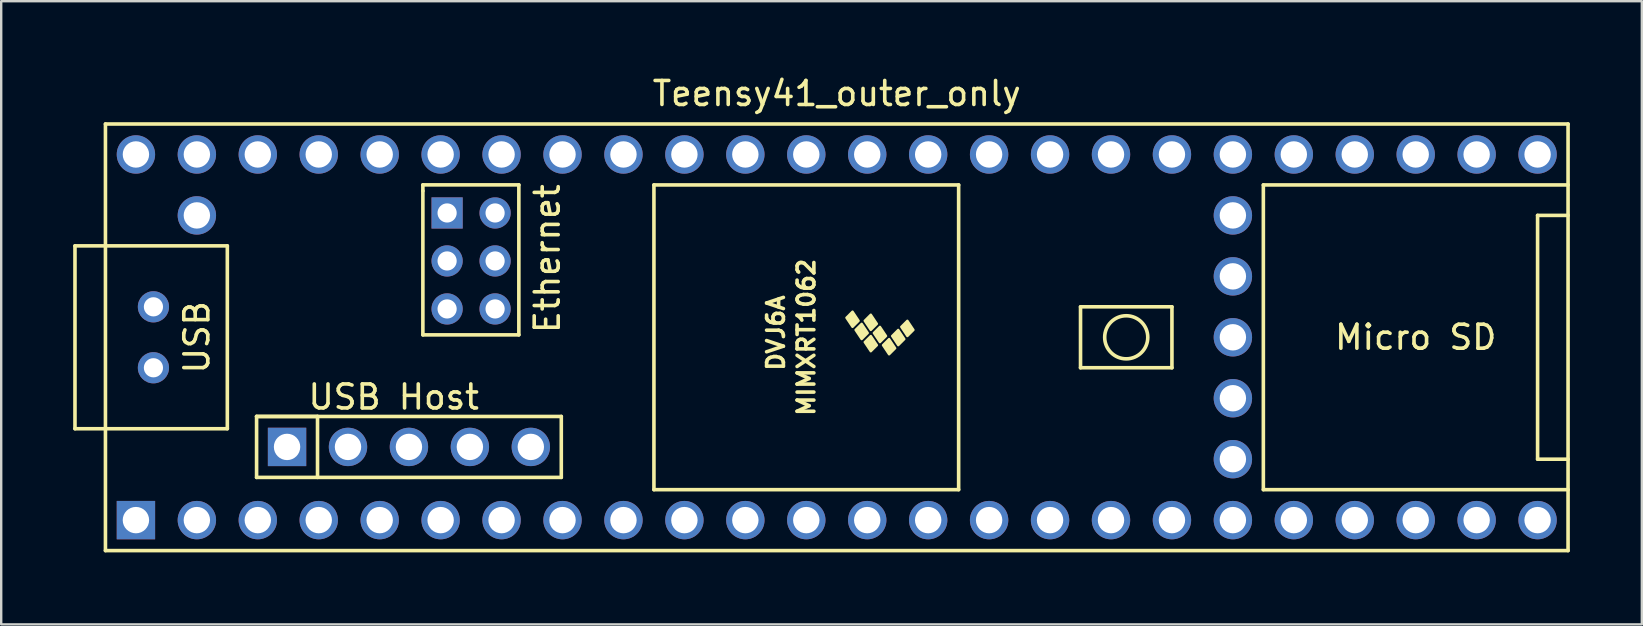
<source format=kicad_pcb>
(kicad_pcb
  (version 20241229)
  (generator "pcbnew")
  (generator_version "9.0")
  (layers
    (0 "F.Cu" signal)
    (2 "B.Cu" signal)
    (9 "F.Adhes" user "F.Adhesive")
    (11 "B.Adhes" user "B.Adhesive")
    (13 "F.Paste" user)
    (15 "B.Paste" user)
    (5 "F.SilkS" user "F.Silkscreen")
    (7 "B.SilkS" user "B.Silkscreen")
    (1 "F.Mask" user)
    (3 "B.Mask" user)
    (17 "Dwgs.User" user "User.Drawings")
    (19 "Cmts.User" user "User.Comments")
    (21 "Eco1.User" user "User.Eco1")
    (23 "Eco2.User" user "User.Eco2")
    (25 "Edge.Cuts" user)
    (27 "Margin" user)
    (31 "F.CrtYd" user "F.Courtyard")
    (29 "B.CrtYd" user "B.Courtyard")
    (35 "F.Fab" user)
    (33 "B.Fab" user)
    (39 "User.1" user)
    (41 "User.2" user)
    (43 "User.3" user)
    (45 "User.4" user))
  (footprint "Teensy41_outer_only"
    (layer "F.Cu")
    (at 31.825 11.008)
    (property "Reference" "Teensy41_outer_only" (at 0 -10.16 0) (layer "F.SilkS") (effects (font (size 1 1) (thickness 0.15))))
    (attr through_hole)
    (fp_line (start -31.75 -3.81) (end -30.48 -3.81) (stroke (width 0.15) (type solid)) (layer "F.SilkS"))
    (fp_line (start -31.75 3.81) (end -31.75 -3.81) (stroke (width 0.15) (type solid)) (layer "F.SilkS"))
    (fp_line (start -30.48 -8.89) (end 30.48 -8.89) (stroke (width 0.15) (type solid)) (layer "F.SilkS"))
    (fp_line (start -30.48 3.81) (end -31.75 3.81) (stroke (width 0.15) (type solid)) (layer "F.SilkS"))
    (fp_line (start -30.48 8.89) (end -30.48 -8.89) (stroke (width 0.15) (type solid)) (layer "F.SilkS"))
    (fp_line (start -25.4 -3.81) (end -30.48 -3.81) (stroke (width 0.15) (type solid)) (layer "F.SilkS"))
    (fp_line (start -25.4 3.81) (end -30.48 3.81) (stroke (width 0.15) (type solid)) (layer "F.SilkS"))
    (fp_line (start -25.4 3.81) (end -25.4 -3.81) (stroke (width 0.15) (type solid)) (layer "F.SilkS"))
    (fp_line (start -24.181 3.299) (end -21.641 3.299) (stroke (width 0.15) (type solid)) (layer "F.SilkS"))
    (fp_line (start -24.181 3.299) (end -11.481 3.299) (stroke (width 0.15) (type solid)) (layer "F.SilkS"))
    (fp_line (start -24.181 5.839) (end -24.181 3.299) (stroke (width 0.15) (type solid)) (layer "F.SilkS"))
    (fp_line (start -21.641 3.299) (end -21.641 5.839) (stroke (width 0.15) (type solid)) (layer "F.SilkS"))
    (fp_line (start -17.25 -6.352) (end -17.25 -6.102) (stroke (width 0.15) (type solid)) (layer "F.SilkS"))
    (fp_line (start -17.25 -6.102) (end -17.25 -0.102) (stroke (width 0.15) (type solid)) (layer "F.SilkS"))
    (fp_line (start -17.25 -0.102) (end -13.25 -0.102) (stroke (width 0.15) (type solid)) (layer "F.SilkS"))
    (fp_line (start -13.25 -6.352) (end -17.25 -6.352) (stroke (width 0.15) (type solid)) (layer "F.SilkS"))
    (fp_line (start -13.25 -0.102) (end -13.25 -6.352) (stroke (width 0.15) (type solid)) (layer "F.SilkS"))
    (fp_line (start -11.481 3.299) (end -11.481 5.839) (stroke (width 0.15) (type solid)) (layer "F.SilkS"))
    (fp_line (start -11.481 5.839) (end -24.181 5.839) (stroke (width 0.15) (type solid)) (layer "F.SilkS"))
    (fp_line (start -7.62 -6.35) (end -7.62 6.35) (stroke (width 0.15) (type solid)) (layer "F.SilkS"))
    (fp_line (start -7.62 6.35) (end 5.08 6.35) (stroke (width 0.15) (type solid)) (layer "F.SilkS"))
    (fp_line (start 5.08 -6.35) (end -7.62 -6.35) (stroke (width 0.15) (type solid)) (layer "F.SilkS"))
    (fp_line (start 5.08 6.35) (end 5.08 -6.35) (stroke (width 0.15) (type solid)) (layer "F.SilkS"))
    (fp_line (start 10.16 -1.27) (end 13.97 -1.27) (stroke (width 0.15) (type solid)) (layer "F.SilkS"))
    (fp_line (start 10.16 1.27) (end 10.16 -1.27) (stroke (width 0.15) (type solid)) (layer "F.SilkS"))
    (fp_line (start 13.97 -1.27) (end 13.97 1.27) (stroke (width 0.15) (type solid)) (layer "F.SilkS"))
    (fp_line (start 13.97 1.27) (end 10.16 1.27) (stroke (width 0.15) (type solid)) (layer "F.SilkS"))
    (fp_line (start 17.78 -6.35) (end 17.78 6.35) (stroke (width 0.15) (type solid)) (layer "F.SilkS"))
    (fp_line (start 17.78 6.35) (end 30.48 6.35) (stroke (width 0.15) (type solid)) (layer "F.SilkS"))
    (fp_line (start 29.21 -5.08) (end 29.21 5.08) (stroke (width 0.15) (type solid)) (layer "F.SilkS"))
    (fp_line (start 29.21 5.08) (end 30.48 5.08) (stroke (width 0.15) (type solid)) (layer "F.SilkS"))
    (fp_line (start 30.48 -8.89) (end 30.48 8.89) (stroke (width 0.15) (type solid)) (layer "F.SilkS"))
    (fp_line (start 30.48 -6.35) (end 17.78 -6.35) (stroke (width 0.15) (type solid)) (layer "F.SilkS"))
    (fp_line (start 30.48 -5.08) (end 29.21 -5.08) (stroke (width 0.15) (type solid)) (layer "F.SilkS"))
    (fp_line (start 30.48 8.89) (end -30.48 8.89) (stroke (width 0.15) (type solid)) (layer "F.SilkS"))
    (fp_circle (center 12.065 0) (end 12.7 -0.635) (stroke (width 0.15) (type solid)) (fill no) (layer "F.SilkS"))
    (fp_poly (pts (xy 0.911 -0.688) (xy 0.657 -0.434) (xy 0.403 -0.815) (xy 0.657 -1.069)) (stroke (width 0.1) (type solid)) (fill yes) (layer "F.SilkS"))
    (fp_poly (pts (xy 1.292 -0.18) (xy 1.038 0.074) (xy 0.784 -0.307) (xy 1.038 -0.561)) (stroke (width 0.1) (type solid)) (fill yes) (layer "F.SilkS"))
    (fp_poly (pts (xy 1.673 -0.561) (xy 1.419 -0.307) (xy 1.165 -0.688) (xy 1.419 -0.942)) (stroke (width 0.1) (type solid)) (fill yes) (layer "F.SilkS"))
    (fp_poly (pts (xy 1.673 0.328) (xy 1.419 0.582) (xy 1.165 0.201) (xy 1.419 -0.053)) (stroke (width 0.1) (type solid)) (fill yes) (layer "F.SilkS"))
    (fp_poly (pts (xy 2.054 -0.053) (xy 1.8 0.201) (xy 1.546 -0.18) (xy 1.8 -0.434)) (stroke (width 0.1) (type solid)) (fill yes) (layer "F.SilkS"))
    (fp_poly (pts (xy 2.435 0.455) (xy 2.181 0.709) (xy 1.927 0.328) (xy 2.181 0.074)) (stroke (width 0.1) (type solid)) (fill yes) (layer "F.SilkS"))
    (fp_poly (pts (xy 2.816 0.074) (xy 2.562 0.328) (xy 2.308 -0.053) (xy 2.562 -0.307)) (stroke (width 0.1) (type solid)) (fill yes) (layer "F.SilkS"))
    (fp_poly (pts (xy 3.197 -0.307) (xy 2.943 -0.053) (xy 2.689 -0.434) (xy 2.943 -0.688)) (stroke (width 0.1) (type solid)) (fill yes) (layer "F.SilkS"))
    (fp_text user "Ethernet" (at -12.065 -3.277 90) (layer "F.SilkS") (effects (font (size 1 1) (thickness 0.15))))
    (fp_text user "Micro SD" (at 24.13 0 0) (layer "F.SilkS") (effects (font (size 1 1) (thickness 0.15))))
    (fp_text user "MIMXRT1062" (at -1.27 0 270) (layer "F.SilkS") (effects (font (size 0.7 0.7) (thickness 0.15))))
    (fp_text user "DVJ6A" (at -2.54 -0.18 270) (layer "F.SilkS") (effects (font (size 0.7 0.7) (thickness 0.15))))
    (fp_text user "USB" (at -26.67 0 270) (layer "F.SilkS") (effects (font (size 1 1) (thickness 0.15))))
    (fp_text user "USB Host" (at -18.466 2.489 0) (layer "F.SilkS") (effects (font (size 1 1) (thickness 0.15))))
    (pad "1" thru_hole rect (at -29.21 7.62) (size 1.6 1.6) (drill 1.1) (layers "*.Cu" "*.Mask"))
    (pad "2" thru_hole circle (at -26.67 7.62) (size 1.6 1.6) (drill 1.1) (layers "*.Cu" "*.Mask"))
    (pad "3" thru_hole circle (at -24.13 7.62) (size 1.6 1.6) (drill 1.1) (layers "*.Cu" "*.Mask"))
    (pad "4" thru_hole circle (at -21.59 7.62) (size 1.6 1.6) (drill 1.1) (layers "*.Cu" "*.Mask"))
    (pad "5" thru_hole circle (at -19.05 7.62) (size 1.6 1.6) (drill 1.1) (layers "*.Cu" "*.Mask"))
    (pad "6" thru_hole circle (at -16.51 7.62) (size 1.6 1.6) (drill 1.1) (layers "*.Cu" "*.Mask"))
    (pad "7" thru_hole circle (at -13.97 7.62) (size 1.6 1.6) (drill 1.1) (layers "*.Cu" "*.Mask"))
    (pad "8" thru_hole circle (at -11.43 7.62) (size 1.6 1.6) (drill 1.1) (layers "*.Cu" "*.Mask"))
    (pad "9" thru_hole circle (at -8.89 7.62) (size 1.6 1.6) (drill 1.1) (layers "*.Cu" "*.Mask"))
    (pad "10" thru_hole circle (at -6.35 7.62) (size 1.6 1.6) (drill 1.1) (layers "*.Cu" "*.Mask"))
    (pad "11" thru_hole circle (at -3.81 7.62) (size 1.6 1.6) (drill 1.1) (layers "*.Cu" "*.Mask"))
    (pad "12" thru_hole circle (at -1.27 7.62) (size 1.6 1.6) (drill 1.1) (layers "*.Cu" "*.Mask"))
    (pad "13" thru_hole circle (at 1.27 7.62) (size 1.6 1.6) (drill 1.1) (layers "*.Cu" "*.Mask"))
    (pad "14" thru_hole circle (at 3.81 7.62) (size 1.6 1.6) (drill 1.1) (layers "*.Cu" "*.Mask"))
    (pad "15" thru_hole circle (at 6.35 7.62) (size 1.6 1.6) (drill 1.1) (layers "*.Cu" "*.Mask"))
    (pad "16" thru_hole circle (at 8.89 7.62) (size 1.6 1.6) (drill 1.1) (layers "*.Cu" "*.Mask"))
    (pad "17" thru_hole circle (at 11.43 7.62) (size 1.6 1.6) (drill 1.1) (layers "*.Cu" "*.Mask"))
    (pad "18" thru_hole circle (at 13.97 7.62) (size 1.6 1.6) (drill 1.1) (layers "*.Cu" "*.Mask"))
    (pad "19" thru_hole circle (at 16.51 7.62) (size 1.6 1.6) (drill 1.1) (layers "*.Cu" "*.Mask"))
    (pad "20" thru_hole circle (at 19.05 7.62) (size 1.6 1.6) (drill 1.1) (layers "*.Cu" "*.Mask"))
    (pad "21" thru_hole circle (at 21.59 7.62) (size 1.6 1.6) (drill 1.1) (layers "*.Cu" "*.Mask"))
    (pad "22" thru_hole circle (at 24.13 7.62) (size 1.6 1.6) (drill 1.1) (layers "*.Cu" "*.Mask"))
    (pad "23" thru_hole circle (at 26.67 7.62) (size 1.6 1.6) (drill 1.1) (layers "*.Cu" "*.Mask"))
    (pad "24" thru_hole circle (at 29.21 7.62) (size 1.6 1.6) (drill 1.1) (layers "*.Cu" "*.Mask"))
    (pad "25" thru_hole circle (at 29.21 -7.62) (size 1.6 1.6) (drill 1.1) (layers "*.Cu" "*.Mask"))
    (pad "26" thru_hole circle (at 26.67 -7.62) (size 1.6 1.6) (drill 1.1) (layers "*.Cu" "*.Mask"))
    (pad "27" thru_hole circle (at 24.13 -7.62) (size 1.6 1.6) (drill 1.1) (layers "*.Cu" "*.Mask"))
    (pad "28" thru_hole circle (at 21.59 -7.62) (size 1.6 1.6) (drill 1.1) (layers "*.Cu" "*.Mask"))
    (pad "29" thru_hole circle (at 19.05 -7.62) (size 1.6 1.6) (drill 1.1) (layers "*.Cu" "*.Mask"))
    (pad "30" thru_hole circle (at 16.51 -7.62) (size 1.6 1.6) (drill 1.1) (layers "*.Cu" "*.Mask"))
    (pad "31" thru_hole circle (at 13.97 -7.62) (size 1.6 1.6) (drill 1.1) (layers "*.Cu" "*.Mask"))
    (pad "32" thru_hole circle (at 11.43 -7.62) (size 1.6 1.6) (drill 1.1) (layers "*.Cu" "*.Mask"))
    (pad "33" thru_hole circle (at 8.89 -7.62) (size 1.6 1.6) (drill 1.1) (layers "*.Cu" "*.Mask"))
    (pad "34" thru_hole circle (at 6.35 -7.62) (size 1.6 1.6) (drill 1.1) (layers "*.Cu" "*.Mask"))
    (pad "35" thru_hole circle (at 3.81 -7.62) (size 1.6 1.6) (drill 1.1) (layers "*.Cu" "*.Mask"))
    (pad "36" thru_hole circle (at 1.27 -7.62) (size 1.6 1.6) (drill 1.1) (layers "*.Cu" "*.Mask"))
    (pad "37" thru_hole circle (at -1.27 -7.62) (size 1.6 1.6) (drill 1.1) (layers "*.Cu" "*.Mask"))
    (pad "38" thru_hole circle (at -3.81 -7.62) (size 1.6 1.6) (drill 1.1) (layers "*.Cu" "*.Mask"))
    (pad "39" thru_hole circle (at -6.35 -7.62) (size 1.6 1.6) (drill 1.1) (layers "*.Cu" "*.Mask"))
    (pad "40" thru_hole circle (at -8.89 -7.62) (size 1.6 1.6) (drill 1.1) (layers "*.Cu" "*.Mask"))
    (pad "41" thru_hole circle (at -11.43 -7.62) (size 1.6 1.6) (drill 1.1) (layers "*.Cu" "*.Mask"))
    (pad "42" thru_hole circle (at -13.97 -7.62) (size 1.6 1.6) (drill 1.1) (layers "*.Cu" "*.Mask"))
    (pad "43" thru_hole circle (at -16.51 -7.62) (size 1.6 1.6) (drill 1.1) (layers "*.Cu" "*.Mask"))
    (pad "44" thru_hole circle (at -19.05 -7.62) (size 1.6 1.6) (drill 1.1) (layers "*.Cu" "*.Mask"))
    (pad "45" thru_hole circle (at -21.59 -7.62) (size 1.6 1.6) (drill 1.1) (layers "*.Cu" "*.Mask"))
    (pad "46" thru_hole circle (at -24.13 -7.62) (size 1.6 1.6) (drill 1.1) (layers "*.Cu" "*.Mask"))
    (pad "47" thru_hole circle (at -26.67 -7.62) (size 1.6 1.6) (drill 1.1) (layers "*.Cu" "*.Mask"))
    (pad "48" thru_hole circle (at -29.21 -7.62) (size 1.6 1.6) (drill 1.1) (layers "*.Cu" "*.Mask"))
    (pad "49" thru_hole circle (at -26.67 -5.08) (size 1.6 1.6) (drill 1.1) (layers "*.Cu" "*.Mask"))
    (pad "50" thru_hole circle (at 16.51 5.08) (size 1.6 1.6) (drill 1.1) (layers "*.Cu" "*.Mask"))
    (pad "51" thru_hole circle (at 16.51 2.54) (size 1.6 1.6) (drill 1.1) (layers "*.Cu" "*.Mask"))
    (pad "52" thru_hole circle (at 16.51 0) (size 1.6 1.6) (drill 1.1) (layers "*.Cu" "*.Mask"))
    (pad "53" thru_hole circle (at 16.51 -2.54) (size 1.6 1.6) (drill 1.1) (layers "*.Cu" "*.Mask"))
    (pad "54" thru_hole circle (at 16.51 -5.08) (size 1.6 1.6) (drill 1.1) (layers "*.Cu" "*.Mask"))
    (pad "55" thru_hole rect (at -22.911 4.569) (size 1.6 1.6) (drill 1.1) (layers "*.Cu" "*.Mask"))
    (pad "56" thru_hole circle (at -20.371 4.569) (size 1.6 1.6) (drill 1.1) (layers "*.Cu" "*.Mask"))
    (pad "57" thru_hole circle (at -17.831 4.569) (size 1.6 1.6) (drill 1.1) (layers "*.Cu" "*.Mask"))
    (pad "58" thru_hole circle (at -15.291 4.569) (size 1.6 1.6) (drill 1.1) (layers "*.Cu" "*.Mask"))
    (pad "59" thru_hole circle (at -12.751 4.569) (size 1.6 1.6) (drill 1.1) (layers "*.Cu" "*.Mask"))
    (pad "60" thru_hole rect (at -16.24 -5.182) (size 1.3 1.3) (drill 0.8) (layers "*.Cu" "*.Mask"))
    (pad "61" thru_hole circle (at -16.24 -3.182) (size 1.3 1.3) (drill 0.8) (layers "*.Cu" "*.Mask"))
    (pad "62" thru_hole circle (at -16.24 -1.182) (size 1.3 1.3) (drill 0.8) (layers "*.Cu" "*.Mask"))
    (pad "63" thru_hole circle (at -14.24 -1.182) (size 1.3 1.3) (drill 0.8) (layers "*.Cu" "*.Mask"))
    (pad "64" thru_hole circle (at -14.24 -3.182) (size 1.3 1.3) (drill 0.8) (layers "*.Cu" "*.Mask"))
    (pad "65" thru_hole circle (at -14.24 -5.182) (size 1.3 1.3) (drill 0.8) (layers "*.Cu" "*.Mask"))
    (pad "66" thru_hole circle (at -28.48 -1.27) (size 1.3 1.3) (drill 0.8) (layers "*.Cu" "*.Mask"))
    (pad "67" thru_hole circle (at -28.48 1.27) (size 1.3 1.3) (drill 0.8) (layers "*.Cu" "*.Mask")))
  (gr_rect
    (start -3 -3)
    (end 65.38 22.973)
    (stroke (width 0.1) (type default))
    (fill no)
    (layer "Edge.Cuts")))
</source>
